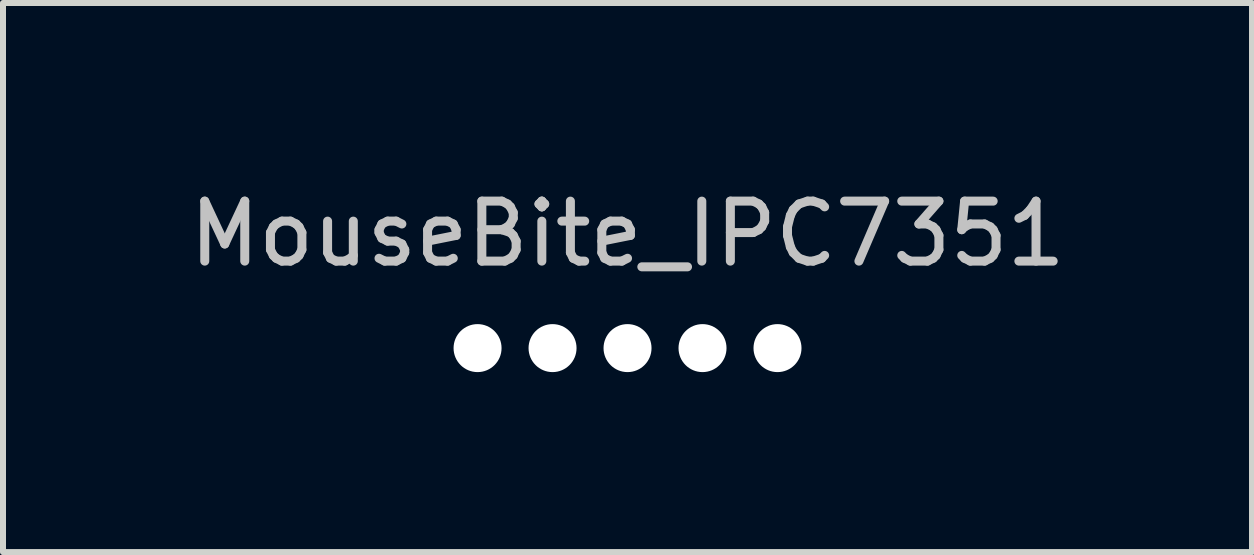
<source format=kicad_pcb>
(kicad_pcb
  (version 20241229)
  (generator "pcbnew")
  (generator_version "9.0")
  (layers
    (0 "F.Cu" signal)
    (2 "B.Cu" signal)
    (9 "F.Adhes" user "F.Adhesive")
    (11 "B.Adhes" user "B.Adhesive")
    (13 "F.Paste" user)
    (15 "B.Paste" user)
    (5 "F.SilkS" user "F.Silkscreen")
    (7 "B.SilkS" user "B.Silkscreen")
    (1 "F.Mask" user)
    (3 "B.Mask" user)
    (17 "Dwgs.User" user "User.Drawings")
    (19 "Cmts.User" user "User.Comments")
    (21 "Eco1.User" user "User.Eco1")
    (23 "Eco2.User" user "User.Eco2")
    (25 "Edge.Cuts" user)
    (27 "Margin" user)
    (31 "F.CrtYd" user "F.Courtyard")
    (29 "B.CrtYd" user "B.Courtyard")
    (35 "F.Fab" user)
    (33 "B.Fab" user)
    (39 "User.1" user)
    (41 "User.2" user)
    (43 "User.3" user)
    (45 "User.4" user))
  (footprint "MouseBite_IPC7351"
    (layer "F.Cu")
    (at 7.411 2.753)
    (property "Reference" "MouseBite_IPC7351" (at 0 -1.905 0) (layer "Dwgs.User") (effects (font (size 1 1) (thickness 0.15))))
    (attr through_hole)
    (pad "" np_thru_hole circle (at -2.5 0) (size 0.8 0.8) (drill 0.8) (layers "*.Cu" "*.Mask"))
    (pad "" np_thru_hole circle (at -1.25 0) (size 0.8 0.8) (drill 0.8) (layers "*.Cu" "*.Mask"))
    (pad "" np_thru_hole circle (at 0 0) (size 0.8 0.8) (drill 0.8) (layers "*.Cu" "*.Mask"))
    (pad "" np_thru_hole circle (at 1.25 0) (size 0.8 0.8) (drill 0.8) (layers "*.Cu" "*.Mask"))
    (pad "" np_thru_hole circle (at 2.5 0) (size 0.8 0.8) (drill 0.8) (layers "*.Cu" "*.Mask")))
  (gr_rect
    (start -3 -3)
    (end 17.821 6.153)
    (stroke (width 0.1) (type default))
    (fill no)
    (layer "Edge.Cuts")))
</source>
